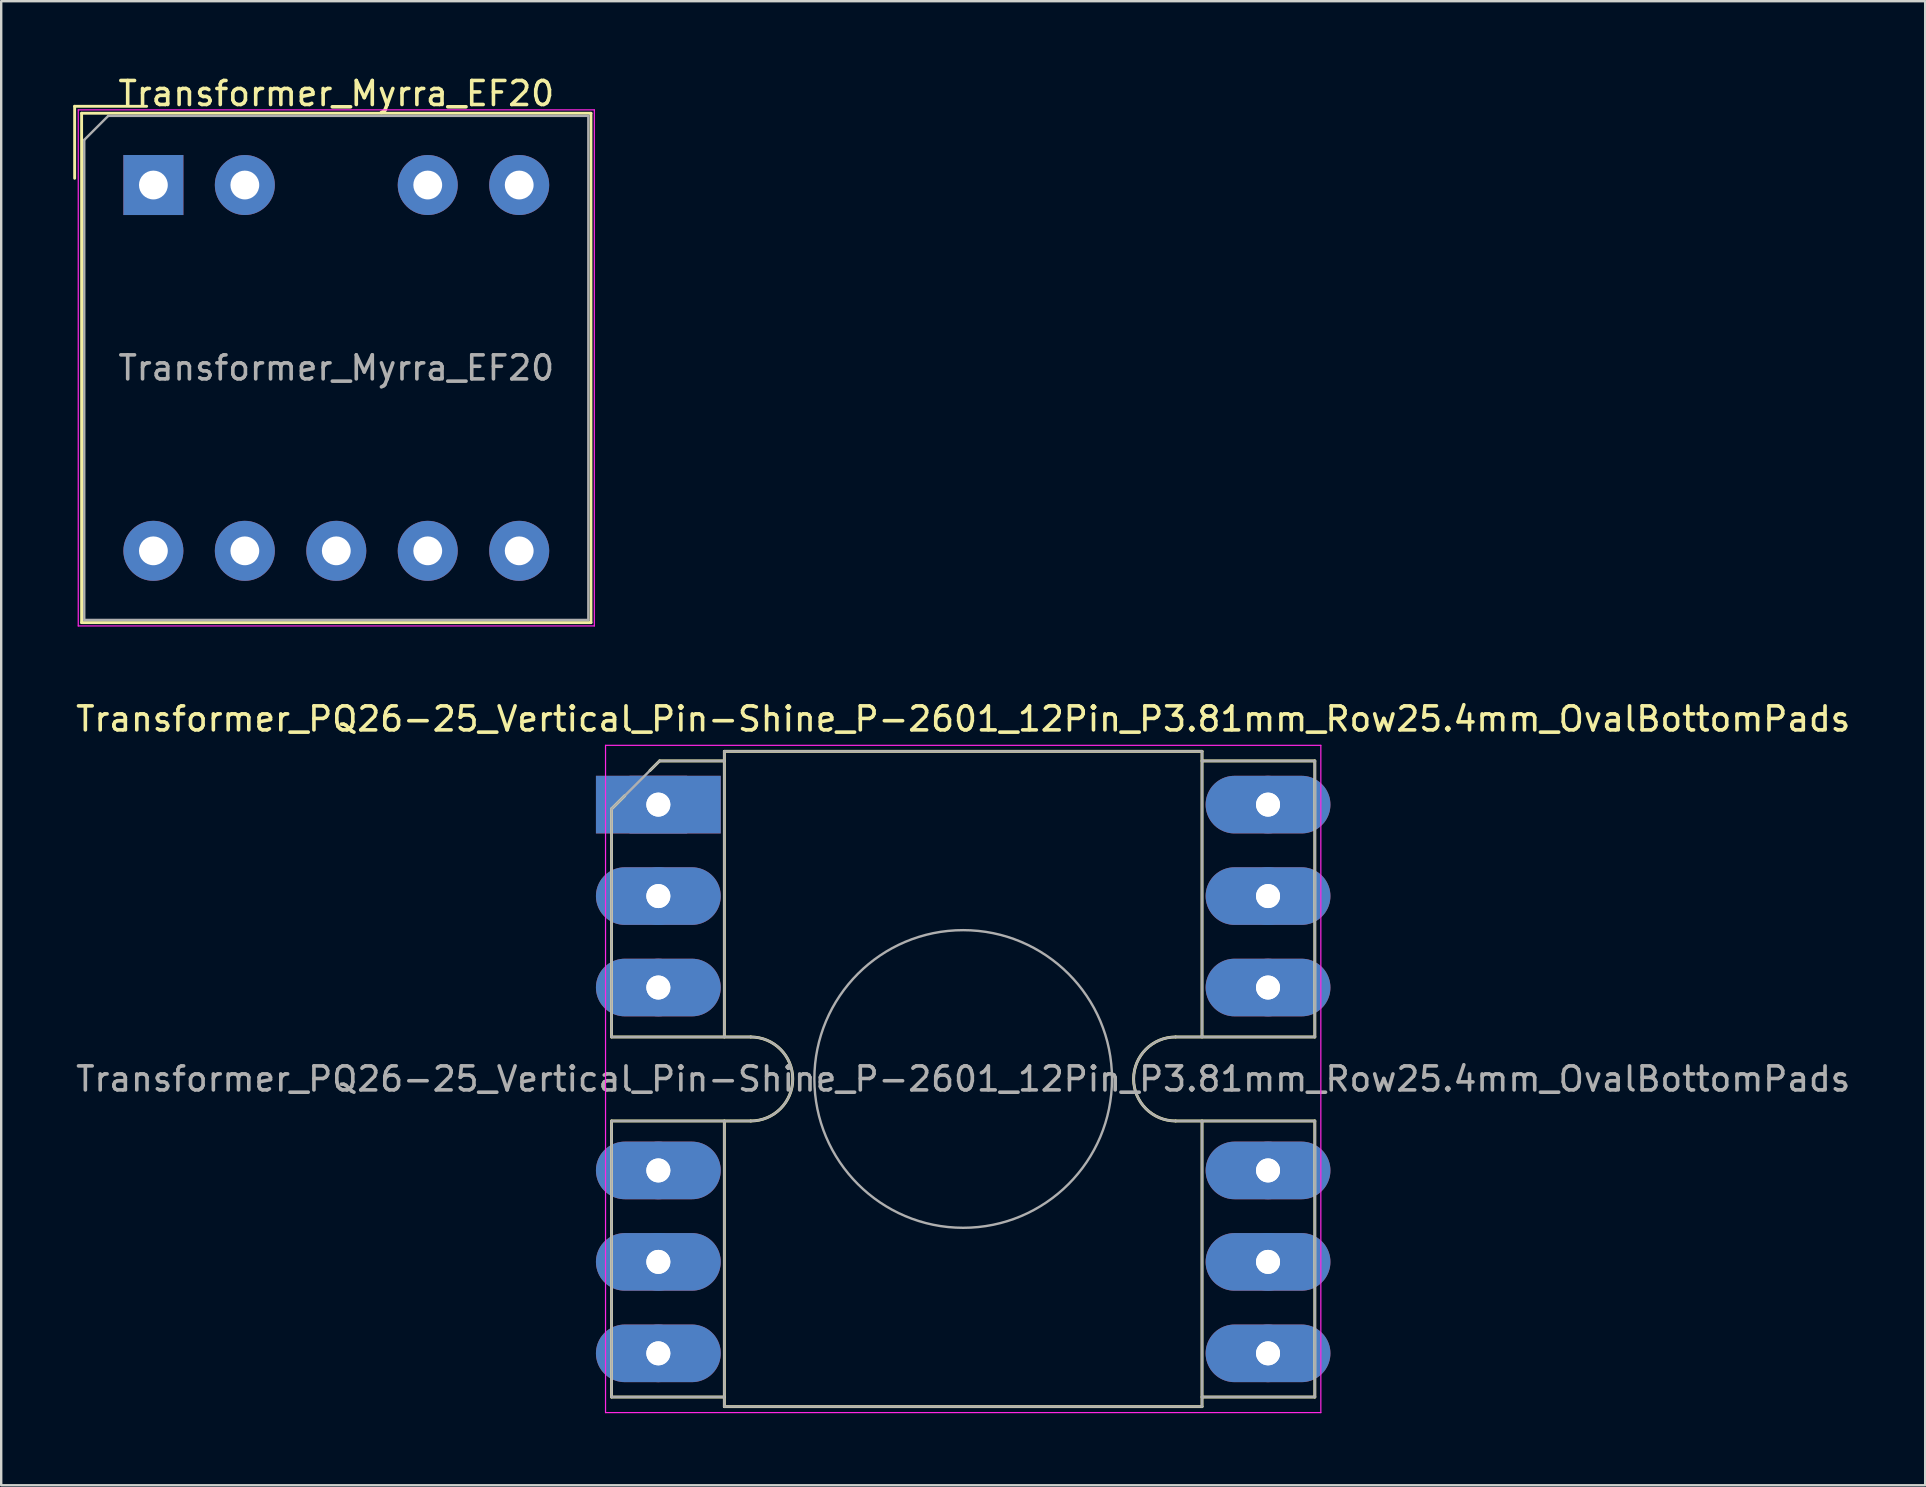
<source format=kicad_pcb>
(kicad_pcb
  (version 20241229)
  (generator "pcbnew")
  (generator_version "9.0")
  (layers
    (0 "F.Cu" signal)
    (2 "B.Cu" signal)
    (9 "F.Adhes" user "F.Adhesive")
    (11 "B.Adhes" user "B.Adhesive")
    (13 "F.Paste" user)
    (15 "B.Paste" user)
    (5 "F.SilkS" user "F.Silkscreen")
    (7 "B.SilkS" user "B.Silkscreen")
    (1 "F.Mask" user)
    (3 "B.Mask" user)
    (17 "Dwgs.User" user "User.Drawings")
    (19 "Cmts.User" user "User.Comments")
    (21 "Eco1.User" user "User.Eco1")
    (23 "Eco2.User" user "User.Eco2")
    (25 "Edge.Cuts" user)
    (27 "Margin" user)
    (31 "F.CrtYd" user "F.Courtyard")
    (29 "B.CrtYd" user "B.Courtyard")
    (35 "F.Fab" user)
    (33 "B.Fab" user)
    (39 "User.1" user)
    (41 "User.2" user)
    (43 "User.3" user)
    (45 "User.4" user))
  (footprint "Transformer_PQ26-25_Vertical_Pin-Shine_P-2601_12Pin_P3.81mm_Row25.4mm_OvalBottomPads"
    (layer "F.Cu")
    (at 24.377 30.471)
    (property "Reference" "Transformer_PQ26-25_Vertical_Pin-Shine_P-2601_12Pin_P3.81mm_Row25.4mm_OvalBottomPads" (at 12.7 -3.57 0) (layer "F.SilkS") (effects (font (size 1 1) (thickness 0.15))))
    (attr through_hole)
    (fp_line (start -1.95 0.18) (end -1.4 -0.37) (stroke (width 0.12) (type solid)) (layer "F.SilkS"))
    (fp_line (start -1.95 9.68) (end -1.95 0.18) (stroke (width 0.12) (type solid)) (layer "F.SilkS"))
    (fp_line (start -1.95 13.18) (end -1.95 24.68) (stroke (width 0.12) (type solid)) (layer "F.SilkS"))
    (fp_line (start -1.95 13.18) (end 3.85 13.18) (stroke (width 0.12) (type solid)) (layer "F.SilkS"))
    (fp_line (start -1.95 24.68) (end 2.75 24.68) (stroke (width 0.12) (type solid)) (layer "F.SilkS"))
    (fp_line (start -0.35 -1.42) (end 0.05 -1.82) (stroke (width 0.12) (type solid)) (layer "F.SilkS"))
    (fp_line (start 0.05 -1.82) (end 2.75 -1.82) (stroke (width 0.12) (type solid)) (layer "F.SilkS"))
    (fp_line (start 2.75 -2.22) (end 22.65 -2.22) (stroke (width 0.12) (type solid)) (layer "F.SilkS"))
    (fp_line (start 2.75 9.68) (end 2.75 -2.22) (stroke (width 0.12) (type solid)) (layer "F.SilkS"))
    (fp_line (start 2.75 25.08) (end 2.75 13.18) (stroke (width 0.12) (type solid)) (layer "F.SilkS"))
    (fp_line (start 2.75 25.08) (end 22.65 25.08) (stroke (width 0.12) (type solid)) (layer "F.SilkS"))
    (fp_line (start 3.85 9.68) (end -1.95 9.68) (stroke (width 0.12) (type solid)) (layer "F.SilkS"))
    (fp_line (start 21.55 9.68) (end 27.35 9.68) (stroke (width 0.12) (type solid)) (layer "F.SilkS"))
    (fp_line (start 22.65 9.68) (end 22.65 -2.22) (stroke (width 0.12) (type solid)) (layer "F.SilkS"))
    (fp_line (start 22.65 25.08) (end 22.65 13.18) (stroke (width 0.12) (type solid)) (layer "F.SilkS"))
    (fp_line (start 27.35 -1.82) (end 22.65 -1.82) (stroke (width 0.12) (type solid)) (layer "F.SilkS"))
    (fp_line (start 27.35 9.68) (end 27.35 -1.82) (stroke (width 0.12) (type solid)) (layer "F.SilkS"))
    (fp_line (start 27.35 13.18) (end 21.55 13.18) (stroke (width 0.12) (type solid)) (layer "F.SilkS"))
    (fp_line (start 27.35 13.18) (end 27.35 24.68) (stroke (width 0.12) (type solid)) (layer "F.SilkS"))
    (fp_line (start 27.35 24.68) (end 22.65 24.68) (stroke (width 0.12) (type solid)) (layer "F.SilkS"))
    (fp_arc (start 3.85 9.68) (mid 5.6 11.43) (end 3.85 13.18) (stroke (width 0.12) (type solid)) (layer "F.SilkS"))
    (fp_arc (start 21.55 13.18) (mid 19.8 11.43) (end 21.55 9.68) (stroke (width 0.12) (type solid)) (layer "F.SilkS"))
    (fp_line (start -2.2 -2.47) (end 27.6 -2.47) (stroke (width 0.05) (type solid)) (layer "F.CrtYd"))
    (fp_line (start -2.2 25.33) (end -2.2 -2.47) (stroke (width 0.05) (type solid)) (layer "F.CrtYd"))
    (fp_line (start -2.2 25.33) (end 27.6 25.33) (stroke (width 0.05) (type solid)) (layer "F.CrtYd"))
    (fp_line (start 27.6 25.33) (end 27.6 -2.47) (stroke (width 0.05) (type solid)) (layer "F.CrtYd"))
    (fp_line (start -1.95 0.18) (end 0.05 -1.82) (stroke (width 0.1) (type solid)) (layer "F.Fab"))
    (fp_line (start -1.95 9.68) (end -1.95 0.18) (stroke (width 0.1) (type solid)) (layer "F.Fab"))
    (fp_line (start -1.95 13.18) (end 3.85 13.18) (stroke (width 0.1) (type solid)) (layer "F.Fab"))
    (fp_line (start -1.95 24.68) (end -1.95 13.18) (stroke (width 0.1) (type solid)) (layer "F.Fab"))
    (fp_line (start -1.95 24.68) (end 2.75 24.68) (stroke (width 0.1) (type solid)) (layer "F.Fab"))
    (fp_line (start 0.05 -1.82) (end 2.75 -1.82) (stroke (width 0.1) (type solid)) (layer "F.Fab"))
    (fp_line (start 2.75 -2.22) (end 22.65 -2.22) (stroke (width 0.1) (type solid)) (layer "F.Fab"))
    (fp_line (start 2.75 9.68) (end 2.75 -2.22) (stroke (width 0.1) (type solid)) (layer "F.Fab"))
    (fp_line (start 2.75 25.08) (end 2.75 13.18) (stroke (width 0.1) (type solid)) (layer "F.Fab"))
    (fp_line (start 2.75 25.08) (end 22.65 25.08) (stroke (width 0.1) (type solid)) (layer "F.Fab"))
    (fp_line (start 3.85 9.68) (end -1.95 9.68) (stroke (width 0.1) (type solid)) (layer "F.Fab"))
    (fp_line (start 21.55 9.68) (end 27.35 9.68) (stroke (width 0.1) (type solid)) (layer "F.Fab"))
    (fp_line (start 22.65 9.68) (end 22.65 -2.22) (stroke (width 0.1) (type solid)) (layer "F.Fab"))
    (fp_line (start 22.65 25.08) (end 22.65 13.18) (stroke (width 0.1) (type solid)) (layer "F.Fab"))
    (fp_line (start 27.35 -1.82) (end 22.65 -1.82) (stroke (width 0.1) (type solid)) (layer "F.Fab"))
    (fp_line (start 27.35 9.68) (end 27.35 -1.82) (stroke (width 0.1) (type solid)) (layer "F.Fab"))
    (fp_line (start 27.35 13.18) (end 21.55 13.18) (stroke (width 0.1) (type solid)) (layer "F.Fab"))
    (fp_line (start 27.35 24.68) (end 22.65 24.68) (stroke (width 0.1) (type solid)) (layer "F.Fab"))
    (fp_line (start 27.35 24.68) (end 27.35 13.18) (stroke (width 0.1) (type solid)) (layer "F.Fab"))
    (fp_arc (start 3.85 9.68) (mid 5.6 11.43) (end 3.85 13.18) (stroke (width 0.1) (type solid)) (layer "F.Fab"))
    (fp_arc (start 21.55 13.18) (mid 19.8 11.43) (end 21.55 9.68) (stroke (width 0.1) (type solid)) (layer "F.Fab"))
    (fp_circle (center 12.7 11.43) (end 18.9 11.43) (stroke (width 0.1) (type solid)) (fill no) (layer "F.Fab"))
    (fp_text user "${REFERENCE}" (at 12.7 11.43 0) (layer "F.Fab") (effects (font (size 1 1) (thickness 0.15))))
    (pad "1" thru_hole rect (at 0 0) (size 2.4 2.4) (drill 1) (layers "*.Cu" "*.Mask"))
    (pad "1" thru_hole rect (at 0 0) (size 5.2 2.4) (drill 1) (layers "B.Cu" "B.Mask"))
    (pad "2" thru_hole circle (at 0 3.81) (size 2.4 2.4) (drill 1) (layers "*.Cu" "*.Mask"))
    (pad "2" thru_hole oval (at 0 3.81) (size 5.2 2.4) (drill 1) (layers "B.Cu" "B.Mask"))
    (pad "3" thru_hole circle (at 0 7.62) (size 2.4 2.4) (drill 1) (layers "*.Cu" "*.Mask"))
    (pad "3" thru_hole oval (at 0 7.62) (size 5.2 2.4) (drill 1) (layers "B.Cu" "B.Mask"))
    (pad "4" thru_hole circle (at 0 15.24) (size 2.4 2.4) (drill 1) (layers "*.Cu" "*.Mask"))
    (pad "4" thru_hole oval (at 0 15.24) (size 5.2 2.4) (drill 1) (layers "B.Cu" "B.Mask"))
    (pad "5" thru_hole circle (at 0 19.05) (size 2.4 2.4) (drill 1) (layers "*.Cu" "*.Mask"))
    (pad "5" thru_hole oval (at 0 19.05) (size 5.2 2.4) (drill 1) (layers "B.Cu" "B.Mask"))
    (pad "6" thru_hole circle (at 0 22.86) (size 2.4 2.4) (drill 1) (layers "*.Cu" "*.Mask"))
    (pad "6" thru_hole oval (at 0 22.86) (size 5.2 2.4) (drill 1) (layers "B.Cu" "B.Mask"))
    (pad "7" thru_hole circle (at 25.4 22.86) (size 2.4 2.4) (drill 1) (layers "*.Cu" "*.Mask"))
    (pad "7" thru_hole oval (at 25.4 22.86) (size 5.2 2.4) (drill 1) (layers "B.Cu" "B.Mask"))
    (pad "8" thru_hole circle (at 25.4 19.05) (size 2.4 2.4) (drill 1) (layers "*.Cu" "*.Mask"))
    (pad "8" thru_hole oval (at 25.4 19.05) (size 5.2 2.4) (drill 1) (layers "B.Cu" "B.Mask"))
    (pad "9" thru_hole circle (at 25.4 15.24) (size 2.4 2.4) (drill 1) (layers "*.Cu" "*.Mask"))
    (pad "9" thru_hole oval (at 25.4 15.24) (size 5.2 2.4) (drill 1) (layers "B.Cu" "B.Mask"))
    (pad "10" thru_hole circle (at 25.4 7.62) (size 2.4 2.4) (drill 1) (layers "*.Cu" "*.Mask"))
    (pad "10" thru_hole oval (at 25.4 7.62) (size 5.2 2.4) (drill 1) (layers "B.Cu" "B.Mask"))
    (pad "11" thru_hole circle (at 25.4 3.81) (size 2.4 2.4) (drill 1) (layers "*.Cu" "*.Mask"))
    (pad "11" thru_hole oval (at 25.4 3.81) (size 5.2 2.4) (drill 1) (layers "B.Cu" "B.Mask"))
    (pad "12" thru_hole circle (at 25.4 0) (size 2.4 2.4) (drill 1) (layers "*.Cu" "*.Mask"))
    (pad "12" thru_hole oval (at 25.4 0) (size 5.2 2.4) (drill 1) (layers "B.Cu" "B.Mask")))
  (footprint "Transformer_Myrra_EF20"
    (layer "F.Cu")
    (at 3.34 4.658)
    (property "Reference" "Transformer_Myrra_EF20" (at 7.62 -3.81 0) (layer "F.SilkS") (effects (font (size 1 1) (thickness 0.15))))
    (attr through_hole)
    (fp_line (start -3.28 -3.28) (end -3.28 -0.28) (stroke (width 0.12) (type solid)) (layer "F.SilkS"))
    (fp_line (start -2.99 -2.99) (end -2.99 18.23) (stroke (width 0.12) (type solid)) (layer "F.SilkS"))
    (fp_line (start -2.99 18.23) (end 18.23 18.23) (stroke (width 0.12) (type solid)) (layer "F.SilkS"))
    (fp_line (start -0.28 -3.28) (end -3.28 -3.28) (stroke (width 0.12) (type solid)) (layer "F.SilkS"))
    (fp_line (start 18.23 -2.99) (end -2.99 -2.99) (stroke (width 0.12) (type solid)) (layer "F.SilkS"))
    (fp_line (start 18.23 18.23) (end 18.23 -2.99) (stroke (width 0.12) (type solid)) (layer "F.SilkS"))
    (fp_line (start -3.13 -3.13) (end -3.13 18.37) (stroke (width 0.05) (type solid)) (layer "F.CrtYd"))
    (fp_line (start -3.13 18.37) (end 18.37 18.37) (stroke (width 0.05) (type solid)) (layer "F.CrtYd"))
    (fp_line (start 18.37 -3.13) (end -3.13 -3.13) (stroke (width 0.05) (type solid)) (layer "F.CrtYd"))
    (fp_line (start 18.37 18.37) (end 18.37 -3.13) (stroke (width 0.05) (type solid)) (layer "F.CrtYd"))
    (fp_line (start -2.88 -1.88) (end -1.88 -2.88) (stroke (width 0.1) (type solid)) (layer "F.Fab"))
    (fp_line (start -2.88 18.12) (end -2.88 -1.88) (stroke (width 0.1) (type solid)) (layer "F.Fab"))
    (fp_line (start -1.88 -2.88) (end 18.12 -2.88) (stroke (width 0.1) (type solid)) (layer "F.Fab"))
    (fp_line (start 18.12 -2.88) (end 18.12 18.12) (stroke (width 0.1) (type solid)) (layer "F.Fab"))
    (fp_line (start 18.12 18.12) (end -2.88 18.12) (stroke (width 0.1) (type solid)) (layer "F.Fab"))
    (fp_text user "${REFERENCE}" (at 7.62 7.62 0) (layer "F.Fab") (effects (font (size 1 1) (thickness 0.15))))
    (pad "1" thru_hole rect (at 0 0) (size 2.5 2.5) (drill 1.2) (layers "*.Cu" "*.Mask"))
    (pad "2" thru_hole circle (at 3.81 0) (size 2.5 2.5) (drill 1.2) (layers "*.Cu" "*.Mask"))
    (pad "4" thru_hole circle (at 11.43 0) (size 2.5 2.5) (drill 1.2) (layers "*.Cu" "*.Mask"))
    (pad "5" thru_hole circle (at 15.24 0) (size 2.5 2.5) (drill 1.2) (layers "*.Cu" "*.Mask"))
    (pad "6" thru_hole circle (at 15.24 15.24) (size 2.5 2.5) (drill 1.2) (layers "*.Cu" "*.Mask"))
    (pad "7" thru_hole circle (at 11.43 15.24) (size 2.5 2.5) (drill 1.2) (layers "*.Cu" "*.Mask"))
    (pad "8" thru_hole circle (at 7.62 15.24) (size 2.5 2.5) (drill 1.2) (layers "*.Cu" "*.Mask"))
    (pad "9" thru_hole circle (at 3.81 15.24) (size 2.5 2.5) (drill 1.2) (layers "*.Cu" "*.Mask"))
    (pad "10" thru_hole circle (at 0 15.24) (size 2.5 2.5) (drill 1.2) (layers "*.Cu" "*.Mask")))
  (gr_rect
    (start -3 -3)
    (end 77.155 58.827)
    (stroke (width 0.1) (type default))
    (fill no)
    (layer "Edge.Cuts")))
</source>
